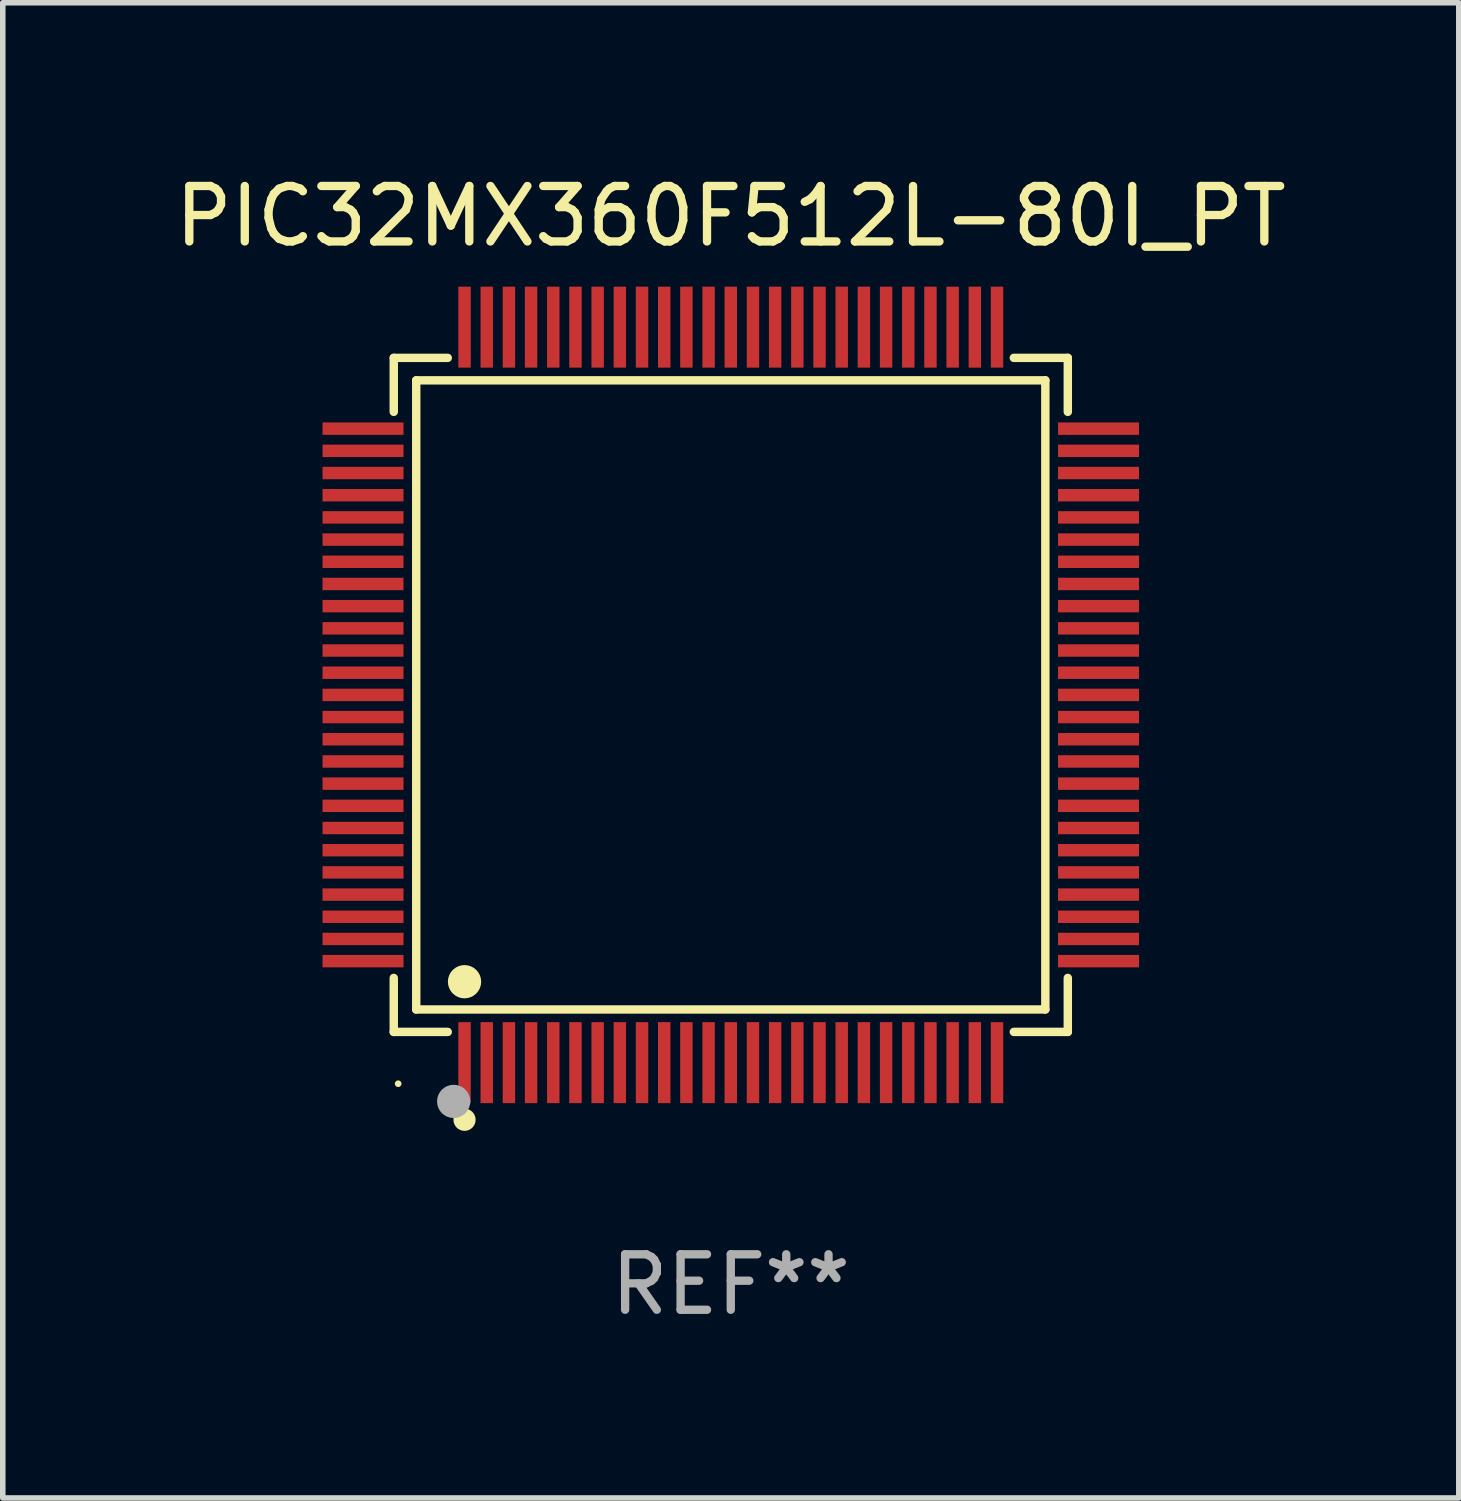
<source format=kicad_pcb>
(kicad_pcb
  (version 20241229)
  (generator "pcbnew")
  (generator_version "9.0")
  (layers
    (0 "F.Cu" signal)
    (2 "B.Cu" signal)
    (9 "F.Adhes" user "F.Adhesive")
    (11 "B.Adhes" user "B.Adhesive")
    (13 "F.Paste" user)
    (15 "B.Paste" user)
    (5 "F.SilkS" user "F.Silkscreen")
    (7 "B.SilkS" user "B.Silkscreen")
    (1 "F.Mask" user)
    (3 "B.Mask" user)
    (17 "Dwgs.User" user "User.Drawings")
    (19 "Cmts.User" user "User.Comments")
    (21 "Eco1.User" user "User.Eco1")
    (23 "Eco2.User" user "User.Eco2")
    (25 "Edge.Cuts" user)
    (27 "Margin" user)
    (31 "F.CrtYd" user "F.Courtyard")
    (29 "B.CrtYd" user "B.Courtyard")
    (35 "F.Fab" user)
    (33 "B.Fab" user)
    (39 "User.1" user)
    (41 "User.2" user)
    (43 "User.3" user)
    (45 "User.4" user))
  (footprint "PIC32MX360F512L-80I_PT"
    (layer "F.Cu")
    (at 10.125 9.478)
    (property "Reference" "PIC32MX360F512L-80I_PT" (at 0 -8.63 0) (layer "F.SilkS") (effects (font (size 1 1) (thickness 0.15))))
    (attr through_hole)
    (fp_line (start -6.076 -6.076) (end -5.103 -6.076) (stroke (width 0.152) (type solid)) (layer "F.SilkS"))
    (fp_line (start -6.076 -5.103) (end -6.076 -6.076) (stroke (width 0.152) (type solid)) (layer "F.SilkS"))
    (fp_line (start -6.076 5.103) (end -6.076 6.076) (stroke (width 0.152) (type solid)) (layer "F.SilkS"))
    (fp_line (start -6.076 6.076) (end -5.103 6.076) (stroke (width 0.152) (type solid)) (layer "F.SilkS"))
    (fp_line (start -5.671 -5.671) (end 5.671 -5.671) (stroke (width 0.152) (type solid)) (layer "F.SilkS"))
    (fp_line (start -5.671 5.671) (end -5.671 -5.671) (stroke (width 0.152) (type solid)) (layer "F.SilkS"))
    (fp_line (start 5.671 -5.671) (end 5.671 5.671) (stroke (width 0.152) (type solid)) (layer "F.SilkS"))
    (fp_line (start 5.671 5.671) (end -5.671 5.671) (stroke (width 0.152) (type solid)) (layer "F.SilkS"))
    (fp_line (start 6.076 -6.076) (end 5.103 -6.076) (stroke (width 0.152) (type solid)) (layer "F.SilkS"))
    (fp_line (start 6.076 -5.103) (end 6.076 -6.076) (stroke (width 0.152) (type solid)) (layer "F.SilkS"))
    (fp_line (start 6.076 5.103) (end 6.076 6.076) (stroke (width 0.152) (type solid)) (layer "F.SilkS"))
    (fp_line (start 6.076 6.076) (end 5.103 6.076) (stroke (width 0.152) (type solid)) (layer "F.SilkS"))
    (fp_circle (center -5.997 7.01) (end -5.967 7.01) (stroke (width 0.06) (type solid)) (fill no) (layer "F.SilkS"))
    (fp_circle (center -4.8 5.171) (end -4.65 5.171) (stroke (width 0.3) (type solid)) (fill no) (layer "F.SilkS"))
    (fp_circle (center -4.8 7.66) (end -4.7 7.66) (stroke (width 0.2) (type solid)) (fill no) (layer "F.SilkS"))
    (fp_circle (center -4.996 7.329) (end -4.846 7.329) (stroke (width 0.3) (type solid)) (fill no) (layer "F.Fab"))
    (fp_text user "REF**" (at 0 10.63 0) (layer "F.Fab") (effects (font (size 1 1) (thickness 0.15))))
    (pad "1" smd rect (at -4.8 6.63) (size 0.224 1.46) (layers "F.Cu" "F.Mask" "F.Paste"))
    (pad "2" smd rect (at -4.4 6.63) (size 0.224 1.46) (layers "F.Cu" "F.Mask" "F.Paste"))
    (pad "3" smd rect (at -4 6.63) (size 0.224 1.46) (layers "F.Cu" "F.Mask" "F.Paste"))
    (pad "4" smd rect (at -3.6 6.63) (size 0.224 1.46) (layers "F.Cu" "F.Mask" "F.Paste"))
    (pad "5" smd rect (at -3.2 6.63) (size 0.224 1.46) (layers "F.Cu" "F.Mask" "F.Paste"))
    (pad "6" smd rect (at -2.8 6.63) (size 0.224 1.46) (layers "F.Cu" "F.Mask" "F.Paste"))
    (pad "7" smd rect (at -2.4 6.63) (size 0.224 1.46) (layers "F.Cu" "F.Mask" "F.Paste"))
    (pad "8" smd rect (at -2 6.63) (size 0.224 1.46) (layers "F.Cu" "F.Mask" "F.Paste"))
    (pad "9" smd rect (at -1.6 6.63) (size 0.224 1.46) (layers "F.Cu" "F.Mask" "F.Paste"))
    (pad "10" smd rect (at -1.2 6.63) (size 0.224 1.46) (layers "F.Cu" "F.Mask" "F.Paste"))
    (pad "11" smd rect (at -0.8 6.63) (size 0.224 1.46) (layers "F.Cu" "F.Mask" "F.Paste"))
    (pad "12" smd rect (at -0.4 6.63) (size 0.224 1.46) (layers "F.Cu" "F.Mask" "F.Paste"))
    (pad "13" smd rect (at 0 6.63) (size 0.224 1.46) (layers "F.Cu" "F.Mask" "F.Paste"))
    (pad "14" smd rect (at 0.4 6.63) (size 0.224 1.46) (layers "F.Cu" "F.Mask" "F.Paste"))
    (pad "15" smd rect (at 0.8 6.63) (size 0.224 1.46) (layers "F.Cu" "F.Mask" "F.Paste"))
    (pad "16" smd rect (at 1.2 6.63) (size 0.224 1.46) (layers "F.Cu" "F.Mask" "F.Paste"))
    (pad "17" smd rect (at 1.6 6.63) (size 0.224 1.46) (layers "F.Cu" "F.Mask" "F.Paste"))
    (pad "18" smd rect (at 2 6.63) (size 0.224 1.46) (layers "F.Cu" "F.Mask" "F.Paste"))
    (pad "19" smd rect (at 2.4 6.63) (size 0.224 1.46) (layers "F.Cu" "F.Mask" "F.Paste"))
    (pad "20" smd rect (at 2.8 6.63) (size 0.224 1.46) (layers "F.Cu" "F.Mask" "F.Paste"))
    (pad "21" smd rect (at 3.2 6.63) (size 0.224 1.46) (layers "F.Cu" "F.Mask" "F.Paste"))
    (pad "22" smd rect (at 3.6 6.63) (size 0.224 1.46) (layers "F.Cu" "F.Mask" "F.Paste"))
    (pad "23" smd rect (at 4 6.63) (size 0.224 1.46) (layers "F.Cu" "F.Mask" "F.Paste"))
    (pad "24" smd rect (at 4.4 6.63) (size 0.224 1.46) (layers "F.Cu" "F.Mask" "F.Paste"))
    (pad "25" smd rect (at 4.8 6.63) (size 0.224 1.46) (layers "F.Cu" "F.Mask" "F.Paste"))
    (pad "26" smd rect (at 6.63 4.8) (size 1.46 0.224) (layers "F.Cu" "F.Mask" "F.Paste"))
    (pad "27" smd rect (at 6.63 4.4) (size 1.46 0.224) (layers "F.Cu" "F.Mask" "F.Paste"))
    (pad "28" smd rect (at 6.63 4) (size 1.46 0.224) (layers "F.Cu" "F.Mask" "F.Paste"))
    (pad "29" smd rect (at 6.63 3.6) (size 1.46 0.224) (layers "F.Cu" "F.Mask" "F.Paste"))
    (pad "30" smd rect (at 6.63 3.2) (size 1.46 0.224) (layers "F.Cu" "F.Mask" "F.Paste"))
    (pad "31" smd rect (at 6.63 2.8) (size 1.46 0.224) (layers "F.Cu" "F.Mask" "F.Paste"))
    (pad "32" smd rect (at 6.63 2.4) (size 1.46 0.224) (layers "F.Cu" "F.Mask" "F.Paste"))
    (pad "33" smd rect (at 6.63 2) (size 1.46 0.224) (layers "F.Cu" "F.Mask" "F.Paste"))
    (pad "34" smd rect (at 6.63 1.6) (size 1.46 0.224) (layers "F.Cu" "F.Mask" "F.Paste"))
    (pad "35" smd rect (at 6.63 1.2) (size 1.46 0.224) (layers "F.Cu" "F.Mask" "F.Paste"))
    (pad "36" smd rect (at 6.63 0.8) (size 1.46 0.224) (layers "F.Cu" "F.Mask" "F.Paste"))
    (pad "37" smd rect (at 6.63 0.4) (size 1.46 0.224) (layers "F.Cu" "F.Mask" "F.Paste"))
    (pad "38" smd rect (at 6.63 0) (size 1.46 0.224) (layers "F.Cu" "F.Mask" "F.Paste"))
    (pad "39" smd rect (at 6.63 -0.4) (size 1.46 0.224) (layers "F.Cu" "F.Mask" "F.Paste"))
    (pad "40" smd rect (at 6.63 -0.8) (size 1.46 0.224) (layers "F.Cu" "F.Mask" "F.Paste"))
    (pad "41" smd rect (at 6.63 -1.2) (size 1.46 0.224) (layers "F.Cu" "F.Mask" "F.Paste"))
    (pad "42" smd rect (at 6.63 -1.6) (size 1.46 0.224) (layers "F.Cu" "F.Mask" "F.Paste"))
    (pad "43" smd rect (at 6.63 -2) (size 1.46 0.224) (layers "F.Cu" "F.Mask" "F.Paste"))
    (pad "44" smd rect (at 6.63 -2.4) (size 1.46 0.224) (layers "F.Cu" "F.Mask" "F.Paste"))
    (pad "45" smd rect (at 6.63 -2.8) (size 1.46 0.224) (layers "F.Cu" "F.Mask" "F.Paste"))
    (pad "46" smd rect (at 6.63 -3.2) (size 1.46 0.224) (layers "F.Cu" "F.Mask" "F.Paste"))
    (pad "47" smd rect (at 6.63 -3.6) (size 1.46 0.224) (layers "F.Cu" "F.Mask" "F.Paste"))
    (pad "48" smd rect (at 6.63 -4) (size 1.46 0.224) (layers "F.Cu" "F.Mask" "F.Paste"))
    (pad "49" smd rect (at 6.63 -4.4) (size 1.46 0.224) (layers "F.Cu" "F.Mask" "F.Paste"))
    (pad "50" smd rect (at 6.63 -4.8) (size 1.46 0.224) (layers "F.Cu" "F.Mask" "F.Paste"))
    (pad "51" smd rect (at 4.8 -6.63) (size 0.224 1.46) (layers "F.Cu" "F.Mask" "F.Paste"))
    (pad "52" smd rect (at 4.4 -6.63) (size 0.224 1.46) (layers "F.Cu" "F.Mask" "F.Paste"))
    (pad "53" smd rect (at 4 -6.63) (size 0.224 1.46) (layers "F.Cu" "F.Mask" "F.Paste"))
    (pad "54" smd rect (at 3.6 -6.63) (size 0.224 1.46) (layers "F.Cu" "F.Mask" "F.Paste"))
    (pad "55" smd rect (at 3.2 -6.63) (size 0.224 1.46) (layers "F.Cu" "F.Mask" "F.Paste"))
    (pad "56" smd rect (at 2.8 -6.63) (size 0.224 1.46) (layers "F.Cu" "F.Mask" "F.Paste"))
    (pad "57" smd rect (at 2.4 -6.63) (size 0.224 1.46) (layers "F.Cu" "F.Mask" "F.Paste"))
    (pad "58" smd rect (at 2 -6.63) (size 0.224 1.46) (layers "F.Cu" "F.Mask" "F.Paste"))
    (pad "59" smd rect (at 1.6 -6.63) (size 0.224 1.46) (layers "F.Cu" "F.Mask" "F.Paste"))
    (pad "60" smd rect (at 1.2 -6.63) (size 0.224 1.46) (layers "F.Cu" "F.Mask" "F.Paste"))
    (pad "61" smd rect (at 0.8 -6.63) (size 0.224 1.46) (layers "F.Cu" "F.Mask" "F.Paste"))
    (pad "62" smd rect (at 0.4 -6.63) (size 0.224 1.46) (layers "F.Cu" "F.Mask" "F.Paste"))
    (pad "63" smd rect (at 0 -6.63) (size 0.224 1.46) (layers "F.Cu" "F.Mask" "F.Paste"))
    (pad "64" smd rect (at -0.4 -6.63) (size 0.224 1.46) (layers "F.Cu" "F.Mask" "F.Paste"))
    (pad "65" smd rect (at -0.8 -6.63) (size 0.224 1.46) (layers "F.Cu" "F.Mask" "F.Paste"))
    (pad "66" smd rect (at -1.2 -6.63) (size 0.224 1.46) (layers "F.Cu" "F.Mask" "F.Paste"))
    (pad "67" smd rect (at -1.6 -6.63) (size 0.224 1.46) (layers "F.Cu" "F.Mask" "F.Paste"))
    (pad "68" smd rect (at -2 -6.63) (size 0.224 1.46) (layers "F.Cu" "F.Mask" "F.Paste"))
    (pad "69" smd rect (at -2.4 -6.63) (size 0.224 1.46) (layers "F.Cu" "F.Mask" "F.Paste"))
    (pad "70" smd rect (at -2.8 -6.63) (size 0.224 1.46) (layers "F.Cu" "F.Mask" "F.Paste"))
    (pad "71" smd rect (at -3.2 -6.63) (size 0.224 1.46) (layers "F.Cu" "F.Mask" "F.Paste"))
    (pad "72" smd rect (at -3.6 -6.63) (size 0.224 1.46) (layers "F.Cu" "F.Mask" "F.Paste"))
    (pad "73" smd rect (at -4 -6.63) (size 0.224 1.46) (layers "F.Cu" "F.Mask" "F.Paste"))
    (pad "74" smd rect (at -4.4 -6.63) (size 0.224 1.46) (layers "F.Cu" "F.Mask" "F.Paste"))
    (pad "75" smd rect (at -4.8 -6.63) (size 0.224 1.46) (layers "F.Cu" "F.Mask" "F.Paste"))
    (pad "76" smd rect (at -6.63 -4.8) (size 1.46 0.224) (layers "F.Cu" "F.Mask" "F.Paste"))
    (pad "77" smd rect (at -6.63 -4.4) (size 1.46 0.224) (layers "F.Cu" "F.Mask" "F.Paste"))
    (pad "78" smd rect (at -6.63 -4) (size 1.46 0.224) (layers "F.Cu" "F.Mask" "F.Paste"))
    (pad "79" smd rect (at -6.63 -3.6) (size 1.46 0.224) (layers "F.Cu" "F.Mask" "F.Paste"))
    (pad "80" smd rect (at -6.63 -3.2) (size 1.46 0.224) (layers "F.Cu" "F.Mask" "F.Paste"))
    (pad "81" smd rect (at -6.63 -2.8) (size 1.46 0.224) (layers "F.Cu" "F.Mask" "F.Paste"))
    (pad "82" smd rect (at -6.63 -2.4) (size 1.46 0.224) (layers "F.Cu" "F.Mask" "F.Paste"))
    (pad "83" smd rect (at -6.63 -2) (size 1.46 0.224) (layers "F.Cu" "F.Mask" "F.Paste"))
    (pad "84" smd rect (at -6.63 -1.6) (size 1.46 0.224) (layers "F.Cu" "F.Mask" "F.Paste"))
    (pad "85" smd rect (at -6.63 -1.2) (size 1.46 0.224) (layers "F.Cu" "F.Mask" "F.Paste"))
    (pad "86" smd rect (at -6.63 -0.8) (size 1.46 0.224) (layers "F.Cu" "F.Mask" "F.Paste"))
    (pad "87" smd rect (at -6.63 -0.4) (size 1.46 0.224) (layers "F.Cu" "F.Mask" "F.Paste"))
    (pad "88" smd rect (at -6.63 0) (size 1.46 0.224) (layers "F.Cu" "F.Mask" "F.Paste"))
    (pad "89" smd rect (at -6.63 0.4) (size 1.46 0.224) (layers "F.Cu" "F.Mask" "F.Paste"))
    (pad "90" smd rect (at -6.63 0.8) (size 1.46 0.224) (layers "F.Cu" "F.Mask" "F.Paste"))
    (pad "91" smd rect (at -6.63 1.2) (size 1.46 0.224) (layers "F.Cu" "F.Mask" "F.Paste"))
    (pad "92" smd rect (at -6.63 1.6) (size 1.46 0.224) (layers "F.Cu" "F.Mask" "F.Paste"))
    (pad "93" smd rect (at -6.63 2) (size 1.46 0.224) (layers "F.Cu" "F.Mask" "F.Paste"))
    (pad "94" smd rect (at -6.63 2.4) (size 1.46 0.224) (layers "F.Cu" "F.Mask" "F.Paste"))
    (pad "95" smd rect (at -6.63 2.8) (size 1.46 0.224) (layers "F.Cu" "F.Mask" "F.Paste"))
    (pad "96" smd rect (at -6.63 3.2) (size 1.46 0.224) (layers "F.Cu" "F.Mask" "F.Paste"))
    (pad "97" smd rect (at -6.63 3.6) (size 1.46 0.224) (layers "F.Cu" "F.Mask" "F.Paste"))
    (pad "98" smd rect (at -6.63 4) (size 1.46 0.224) (layers "F.Cu" "F.Mask" "F.Paste"))
    (pad "99" smd rect (at -6.63 4.4) (size 1.46 0.224) (layers "F.Cu" "F.Mask" "F.Paste"))
    (pad "100" smd rect (at -6.63 4.8) (size 1.46 0.224) (layers "F.Cu" "F.Mask" "F.Paste")))
  (gr_rect
    (start -3 -3)
    (end 23.25 23.956)
    (stroke (width 0.1) (type default))
    (fill no)
    (layer "Edge.Cuts")))
</source>
